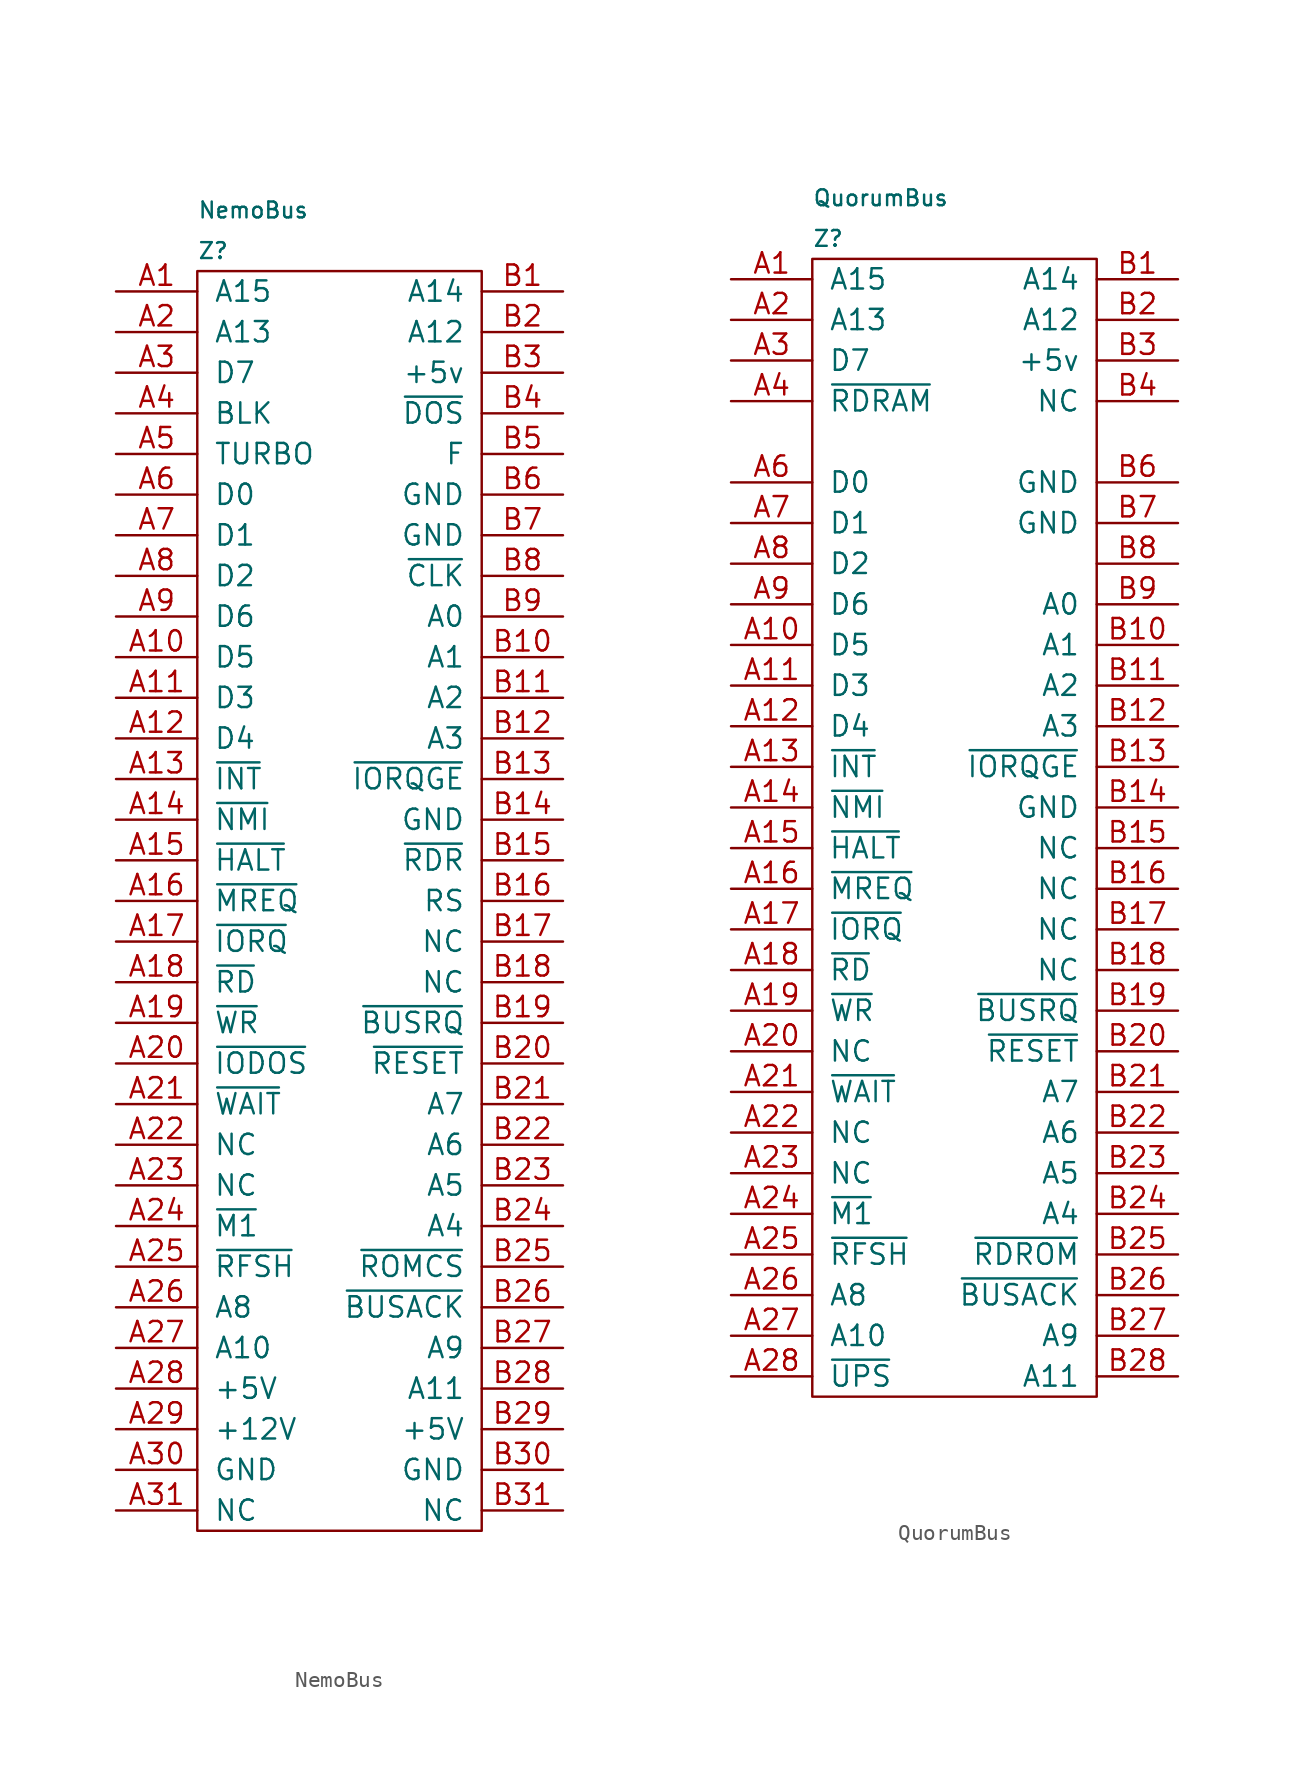
<source format=kicad_sym>
(kicad_symbol_lib
  (version 20211014)
  (generator kicad_symbol_editor)
  (symbol "NemoBus"
    (pin_names
      (offset 1.016))
    (property "Reference" "Z"
      (at 0 83.82 0)
      (effects (font (size 0.991 0.991)) (justify left)))
    (property "Value" "NemoBus"
      (at 0 86.36 0)
      (effects (font (size 0.991 0.991)) (justify left)))
    (symbol "NemoBus_0_1"
      (rectangle (start 0 82.55) (end 17.78 3.81) (stroke (width 0) (type default) (color 0 0 0 0)) (fill (type none))))
    (symbol "NemoBus_1_1"
      (pin input line (at -5.08 81.28 0) (length 5.08) (name "A15" (effects (font (size 1.27 1.27)))) (number "A1" (effects (font (size 1.27 1.27)))))
      (pin input line (at -5.08 58.42 0) (length 5.08) (name "D5" (effects (font (size 1.27 1.27)))) (number "A10" (effects (font (size 1.27 1.27)))))
      (pin input line (at -5.08 55.88 0) (length 5.08) (name "D3" (effects (font (size 1.27 1.27)))) (number "A11" (effects (font (size 1.27 1.27)))))
      (pin input line (at -5.08 53.34 0) (length 5.08) (name "D4" (effects (font (size 1.27 1.27)))) (number "A12" (effects (font (size 1.27 1.27)))))
      (pin input line (at -5.08 50.8 0) (length 5.08) (name "~{INT}" (effects (font (size 1.27 1.27)))) (number "A13" (effects (font (size 1.27 1.27)))))
      (pin input line (at -5.08 48.26 0) (length 5.08) (name "~{NMI}" (effects (font (size 1.27 1.27)))) (number "A14" (effects (font (size 1.27 1.27)))))
      (pin input line (at -5.08 45.72 0) (length 5.08) (name "~{HALT}" (effects (font (size 1.27 1.27)))) (number "A15" (effects (font (size 1.27 1.27)))))
      (pin input line (at -5.08 43.18 0) (length 5.08) (name "~{MREQ}" (effects (font (size 1.27 1.27)))) (number "A16" (effects (font (size 1.27 1.27)))))
      (pin input line (at -5.08 40.64 0) (length 5.08) (name "~{IORQ}" (effects (font (size 1.27 1.27)))) (number "A17" (effects (font (size 1.27 1.27)))))
      (pin input line (at -5.08 38.1 0) (length 5.08) (name "~{RD}" (effects (font (size 1.27 1.27)))) (number "A18" (effects (font (size 1.27 1.27)))))
      (pin input line (at -5.08 35.56 0) (length 5.08) (name "~{WR}" (effects (font (size 1.27 1.27)))) (number "A19" (effects (font (size 1.27 1.27)))))
      (pin input line (at -5.08 78.74 0) (length 5.08) (name "A13" (effects (font (size 1.27 1.27)))) (number "A2" (effects (font (size 1.27 1.27)))))
      (pin input line (at -5.08 33.02 0) (length 5.08) (name "~{IODOS}" (effects (font (size 1.27 1.27)))) (number "A20" (effects (font (size 1.27 1.27)))))
      (pin input line (at -5.08 30.48 0) (length 5.08) (name "~{WAIT}" (effects (font (size 1.27 1.27)))) (number "A21" (effects (font (size 1.27 1.27)))))
      (pin input line (at -5.08 27.94 0) (length 5.08) (name "NC" (effects (font (size 1.27 1.27)))) (number "A22" (effects (font (size 1.27 1.27)))))
      (pin input line (at -5.08 25.4 0) (length 5.08) (name "NC" (effects (font (size 1.27 1.27)))) (number "A23" (effects (font (size 1.27 1.27)))))
      (pin input line (at -5.08 22.86 0) (length 5.08) (name "~{M1}" (effects (font (size 1.27 1.27)))) (number "A24" (effects (font (size 1.27 1.27)))))
      (pin input line (at -5.08 20.32 0) (length 5.08) (name "~{RFSH}" (effects (font (size 1.27 1.27)))) (number "A25" (effects (font (size 1.27 1.27)))))
      (pin input line (at -5.08 17.78 0) (length 5.08) (name "A8" (effects (font (size 1.27 1.27)))) (number "A26" (effects (font (size 1.27 1.27)))))
      (pin input line (at -5.08 15.24 0) (length 5.08) (name "A10" (effects (font (size 1.27 1.27)))) (number "A27" (effects (font (size 1.27 1.27)))))
      (pin input line (at -5.08 12.7 0) (length 5.08) (name "+5V" (effects (font (size 1.27 1.27)))) (number "A28" (effects (font (size 1.27 1.27)))))
      (pin input line (at -5.08 10.16 0) (length 5.08) (name "+12V" (effects (font (size 1.27 1.27)))) (number "A29" (effects (font (size 1.27 1.27)))))
      (pin input line (at -5.08 76.2 0) (length 5.08) (name "D7" (effects (font (size 1.27 1.27)))) (number "A3" (effects (font (size 1.27 1.27)))))
      (pin input line (at -5.08 7.62 0) (length 5.08) (name "GND" (effects (font (size 1.27 1.27)))) (number "A30" (effects (font (size 1.27 1.27)))))
      (pin input line (at -5.08 5.08 0) (length 5.08) (name "NC" (effects (font (size 1.27 1.27)))) (number "A31" (effects (font (size 1.27 1.27)))))
      (pin input line (at -5.08 73.66 0) (length 5.08) (name "BLK" (effects (font (size 1.27 1.27)))) (number "A4" (effects (font (size 1.27 1.27)))))
      (pin input line (at -5.08 71.12 0) (length 5.08) (name "TURBO" (effects (font (size 1.27 1.27)))) (number "A5" (effects (font (size 1.27 1.27)))))
      (pin input line (at -5.08 68.58 0) (length 5.08) (name "D0" (effects (font (size 1.27 1.27)))) (number "A6" (effects (font (size 1.27 1.27)))))
      (pin input line (at -5.08 66.04 0) (length 5.08) (name "D1" (effects (font (size 1.27 1.27)))) (number "A7" (effects (font (size 1.27 1.27)))))
      (pin input line (at -5.08 63.5 0) (length 5.08) (name "D2" (effects (font (size 1.27 1.27)))) (number "A8" (effects (font (size 1.27 1.27)))))
      (pin input line (at -5.08 60.96 0) (length 5.08) (name "D6" (effects (font (size 1.27 1.27)))) (number "A9" (effects (font (size 1.27 1.27)))))
      (pin input line (at 22.86 81.28 180) (length 5.08) (name "A14" (effects (font (size 1.27 1.27)))) (number "B1" (effects (font (size 1.27 1.27)))))
      (pin input line (at 22.86 58.42 180) (length 5.08) (name "A1" (effects (font (size 1.27 1.27)))) (number "B10" (effects (font (size 1.27 1.27)))))
      (pin input line (at 22.86 55.88 180) (length 5.08) (name "A2" (effects (font (size 1.27 1.27)))) (number "B11" (effects (font (size 1.27 1.27)))))
      (pin input line (at 22.86 53.34 180) (length 5.08) (name "A3" (effects (font (size 1.27 1.27)))) (number "B12" (effects (font (size 1.27 1.27)))))
      (pin input line (at 22.86 50.8 180) (length 5.08) (name "~{IORQGE}" (effects (font (size 1.27 1.27)))) (number "B13" (effects (font (size 1.27 1.27)))))
      (pin input line (at 22.86 48.26 180) (length 5.08) (name "GND" (effects (font (size 1.27 1.27)))) (number "B14" (effects (font (size 1.27 1.27)))))
      (pin input line (at 22.86 45.72 180) (length 5.08) (name "~{RDR}" (effects (font (size 1.27 1.27)))) (number "B15" (effects (font (size 1.27 1.27)))))
      (pin input line (at 22.86 43.18 180) (length 5.08) (name "RS" (effects (font (size 1.27 1.27)))) (number "B16" (effects (font (size 1.27 1.27)))))
      (pin input line (at 22.86 40.64 180) (length 5.08) (name "NC" (effects (font (size 1.27 1.27)))) (number "B17" (effects (font (size 1.27 1.27)))))
      (pin input line (at 22.86 38.1 180) (length 5.08) (name "NC" (effects (font (size 1.27 1.27)))) (number "B18" (effects (font (size 1.27 1.27)))))
      (pin input line (at 22.86 35.56 180) (length 5.08) (name "~{BUSRQ}" (effects (font (size 1.27 1.27)))) (number "B19" (effects (font (size 1.27 1.27)))))
      (pin input line (at 22.86 78.74 180) (length 5.08) (name "A12" (effects (font (size 1.27 1.27)))) (number "B2" (effects (font (size 1.27 1.27)))))
      (pin input line (at 22.86 33.02 180) (length 5.08) (name "~{RESET}" (effects (font (size 1.27 1.27)))) (number "B20" (effects (font (size 1.27 1.27)))))
      (pin input line (at 22.86 30.48 180) (length 5.08) (name "A7" (effects (font (size 1.27 1.27)))) (number "B21" (effects (font (size 1.27 1.27)))))
      (pin input line (at 22.86 27.94 180) (length 5.08) (name "A6" (effects (font (size 1.27 1.27)))) (number "B22" (effects (font (size 1.27 1.27)))))
      (pin input line (at 22.86 25.4 180) (length 5.08) (name "A5" (effects (font (size 1.27 1.27)))) (number "B23" (effects (font (size 1.27 1.27)))))
      (pin input line (at 22.86 22.86 180) (length 5.08) (name "A4" (effects (font (size 1.27 1.27)))) (number "B24" (effects (font (size 1.27 1.27)))))
      (pin input line (at 22.86 20.32 180) (length 5.08) (name "~{ROMCS}" (effects (font (size 1.27 1.27)))) (number "B25" (effects (font (size 1.27 1.27)))))
      (pin input line (at 22.86 17.78 180) (length 5.08) (name "~{BUSACK}" (effects (font (size 1.27 1.27)))) (number "B26" (effects (font (size 1.27 1.27)))))
      (pin input line (at 22.86 15.24 180) (length 5.08) (name "A9" (effects (font (size 1.27 1.27)))) (number "B27" (effects (font (size 1.27 1.27)))))
      (pin input line (at 22.86 12.7 180) (length 5.08) (name "A11" (effects (font (size 1.27 1.27)))) (number "B28" (effects (font (size 1.27 1.27)))))
      (pin input line (at 22.86 10.16 180) (length 5.08) (name "+5V" (effects (font (size 1.27 1.27)))) (number "B29" (effects (font (size 1.27 1.27)))))
      (pin input line (at 22.86 76.2 180) (length 5.08) (name "+5v" (effects (font (size 1.27 1.27)))) (number "B3" (effects (font (size 1.27 1.27)))))
      (pin input line (at 22.86 7.62 180) (length 5.08) (name "GND" (effects (font (size 1.27 1.27)))) (number "B30" (effects (font (size 1.27 1.27)))))
      (pin input line (at 22.86 5.08 180) (length 5.08) (name "NC" (effects (font (size 1.27 1.27)))) (number "B31" (effects (font (size 1.27 1.27)))))
      (pin input line (at 22.86 73.66 180) (length 5.08) (name "~{DOS}" (effects (font (size 1.27 1.27)))) (number "B4" (effects (font (size 1.27 1.27)))))
      (pin input line (at 22.86 71.12 180) (length 5.08) (name "F" (effects (font (size 1.27 1.27)))) (number "B5" (effects (font (size 1.27 1.27)))))
      (pin input line (at 22.86 68.58 180) (length 5.08) (name "GND" (effects (font (size 1.27 1.27)))) (number "B6" (effects (font (size 1.27 1.27)))))
      (pin input line (at 22.86 66.04 180) (length 5.08) (name "GND" (effects (font (size 1.27 1.27)))) (number "B7" (effects (font (size 1.27 1.27)))))
      (pin input line (at 22.86 63.5 180) (length 5.08) (name "~{CLK}" (effects (font (size 1.27 1.27)))) (number "B8" (effects (font (size 1.27 1.27)))))
      (pin input line (at 22.86 60.96 180) (length 5.08) (name "A0" (effects (font (size 1.27 1.27)))) (number "B9" (effects (font (size 1.27 1.27)))))))
  (symbol "QuorumBus"
    (pin_names
      (offset 1.016))
    (property "Reference" "Z"
      (at 0 83.82 0)
      (effects (font (size 0.991 0.991)) (justify left)))
    (property "Value" "QuorumBus"
      (at 0 86.36 0)
      (effects (font (size 0.991 0.991)) (justify left)))
    (symbol "QuorumBus_0_0"
      (rectangle (start 0 82.55) (end 17.78 11.43) (stroke (width 0) (type default) (color 0 0 0 0)) (fill (type none))))
    (symbol "QuorumBus_1_1"
      (pin input line (at -5.08 81.28 0) (length 5.08) (name "A15" (effects (font (size 1.27 1.27)))) (number "A1" (effects (font (size 1.27 1.27)))))
      (pin input line (at -5.08 58.42 0) (length 5.08) (name "D5" (effects (font (size 1.27 1.27)))) (number "A10" (effects (font (size 1.27 1.27)))))
      (pin input line (at -5.08 55.88 0) (length 5.08) (name "D3" (effects (font (size 1.27 1.27)))) (number "A11" (effects (font (size 1.27 1.27)))))
      (pin input line (at -5.08 53.34 0) (length 5.08) (name "D4" (effects (font (size 1.27 1.27)))) (number "A12" (effects (font (size 1.27 1.27)))))
      (pin input line (at -5.08 50.8 0) (length 5.08) (name "~{INT}" (effects (font (size 1.27 1.27)))) (number "A13" (effects (font (size 1.27 1.27)))))
      (pin input line (at -5.08 48.26 0) (length 5.08) (name "~{NMI}" (effects (font (size 1.27 1.27)))) (number "A14" (effects (font (size 1.27 1.27)))))
      (pin input line (at -5.08 45.72 0) (length 5.08) (name "~{HALT}" (effects (font (size 1.27 1.27)))) (number "A15" (effects (font (size 1.27 1.27)))))
      (pin input line (at -5.08 43.18 0) (length 5.08) (name "~{MREQ}" (effects (font (size 1.27 1.27)))) (number "A16" (effects (font (size 1.27 1.27)))))
      (pin input line (at -5.08 40.64 0) (length 5.08) (name "~{IORQ}" (effects (font (size 1.27 1.27)))) (number "A17" (effects (font (size 1.27 1.27)))))
      (pin input line (at -5.08 38.1 0) (length 5.08) (name "~{RD}" (effects (font (size 1.27 1.27)))) (number "A18" (effects (font (size 1.27 1.27)))))
      (pin input line (at -5.08 35.56 0) (length 5.08) (name "~{WR}" (effects (font (size 1.27 1.27)))) (number "A19" (effects (font (size 1.27 1.27)))))
      (pin input line (at -5.08 78.74 0) (length 5.08) (name "A13" (effects (font (size 1.27 1.27)))) (number "A2" (effects (font (size 1.27 1.27)))))
      (pin input line (at -5.08 33.02 0) (length 5.08) (name "NC" (effects (font (size 1.27 1.27)))) (number "A20" (effects (font (size 1.27 1.27)))))
      (pin input line (at -5.08 30.48 0) (length 5.08) (name "~{WAIT}" (effects (font (size 1.27 1.27)))) (number "A21" (effects (font (size 1.27 1.27)))))
      (pin input line (at -5.08 27.94 0) (length 5.08) (name "NC" (effects (font (size 1.27 1.27)))) (number "A22" (effects (font (size 1.27 1.27)))))
      (pin input line (at -5.08 25.4 0) (length 5.08) (name "NC" (effects (font (size 1.27 1.27)))) (number "A23" (effects (font (size 1.27 1.27)))))
      (pin input line (at -5.08 22.86 0) (length 5.08) (name "~{M1}" (effects (font (size 1.27 1.27)))) (number "A24" (effects (font (size 1.27 1.27)))))
      (pin input line (at -5.08 20.32 0) (length 5.08) (name "~{RFSH}" (effects (font (size 1.27 1.27)))) (number "A25" (effects (font (size 1.27 1.27)))))
      (pin input line (at -5.08 17.78 0) (length 5.08) (name "A8" (effects (font (size 1.27 1.27)))) (number "A26" (effects (font (size 1.27 1.27)))))
      (pin input line (at -5.08 15.24 0) (length 5.08) (name "A10" (effects (font (size 1.27 1.27)))) (number "A27" (effects (font (size 1.27 1.27)))))
      (pin input line (at -5.08 12.7 0) (length 5.08) (name "~{UPS}" (effects (font (size 1.27 1.27)))) (number "A28" (effects (font (size 1.27 1.27)))))
      (pin input line (at -5.08 76.2 0) (length 5.08) (name "D7" (effects (font (size 1.27 1.27)))) (number "A3" (effects (font (size 1.27 1.27)))))
      (pin input line (at -5.08 73.66 0) (length 5.08) (name "~{RDRAM}" (effects (font (size 1.27 1.27)))) (number "A4" (effects (font (size 1.27 1.27)))))
      (pin input line (at -5.08 68.58 0) (length 5.08) (name "D0" (effects (font (size 1.27 1.27)))) (number "A6" (effects (font (size 1.27 1.27)))))
      (pin input line (at -5.08 66.04 0) (length 5.08) (name "D1" (effects (font (size 1.27 1.27)))) (number "A7" (effects (font (size 1.27 1.27)))))
      (pin input line (at -5.08 63.5 0) (length 5.08) (name "D2" (effects (font (size 1.27 1.27)))) (number "A8" (effects (font (size 1.27 1.27)))))
      (pin input line (at -5.08 60.96 0) (length 5.08) (name "D6" (effects (font (size 1.27 1.27)))) (number "A9" (effects (font (size 1.27 1.27)))))
      (pin input line (at 22.86 81.28 180) (length 5.08) (name "A14" (effects (font (size 1.27 1.27)))) (number "B1" (effects (font (size 1.27 1.27)))))
      (pin input line (at 22.86 58.42 180) (length 5.08) (name "A1" (effects (font (size 1.27 1.27)))) (number "B10" (effects (font (size 1.27 1.27)))))
      (pin input line (at 22.86 55.88 180) (length 5.08) (name "A2" (effects (font (size 1.27 1.27)))) (number "B11" (effects (font (size 1.27 1.27)))))
      (pin input line (at 22.86 53.34 180) (length 5.08) (name "A3" (effects (font (size 1.27 1.27)))) (number "B12" (effects (font (size 1.27 1.27)))))
      (pin input line (at 22.86 50.8 180) (length 5.08) (name "~{IORQGE}" (effects (font (size 1.27 1.27)))) (number "B13" (effects (font (size 1.27 1.27)))))
      (pin input line (at 22.86 48.26 180) (length 5.08) (name "GND" (effects (font (size 1.27 1.27)))) (number "B14" (effects (font (size 1.27 1.27)))))
      (pin input line (at 22.86 45.72 180) (length 5.08) (name "NC" (effects (font (size 1.27 1.27)))) (number "B15" (effects (font (size 1.27 1.27)))))
      (pin input line (at 22.86 43.18 180) (length 5.08) (name "NC" (effects (font (size 1.27 1.27)))) (number "B16" (effects (font (size 1.27 1.27)))))
      (pin input line (at 22.86 40.64 180) (length 5.08) (name "NC" (effects (font (size 1.27 1.27)))) (number "B17" (effects (font (size 1.27 1.27)))))
      (pin input line (at 22.86 38.1 180) (length 5.08) (name "NC" (effects (font (size 1.27 1.27)))) (number "B18" (effects (font (size 1.27 1.27)))))
      (pin input line (at 22.86 35.56 180) (length 5.08) (name "~{BUSRQ}" (effects (font (size 1.27 1.27)))) (number "B19" (effects (font (size 1.27 1.27)))))
      (pin input line (at 22.86 78.74 180) (length 5.08) (name "A12" (effects (font (size 1.27 1.27)))) (number "B2" (effects (font (size 1.27 1.27)))))
      (pin input line (at 22.86 33.02 180) (length 5.08) (name "~{RESET}" (effects (font (size 1.27 1.27)))) (number "B20" (effects (font (size 1.27 1.27)))))
      (pin input line (at 22.86 30.48 180) (length 5.08) (name "A7" (effects (font (size 1.27 1.27)))) (number "B21" (effects (font (size 1.27 1.27)))))
      (pin input line (at 22.86 27.94 180) (length 5.08) (name "A6" (effects (font (size 1.27 1.27)))) (number "B22" (effects (font (size 1.27 1.27)))))
      (pin input line (at 22.86 25.4 180) (length 5.08) (name "A5" (effects (font (size 1.27 1.27)))) (number "B23" (effects (font (size 1.27 1.27)))))
      (pin input line (at 22.86 22.86 180) (length 5.08) (name "A4" (effects (font (size 1.27 1.27)))) (number "B24" (effects (font (size 1.27 1.27)))))
      (pin input line (at 22.86 20.32 180) (length 5.08) (name "~{RDROM}" (effects (font (size 1.27 1.27)))) (number "B25" (effects (font (size 1.27 1.27)))))
      (pin input line (at 22.86 17.78 180) (length 5.08) (name "~{BUSACK}" (effects (font (size 1.27 1.27)))) (number "B26" (effects (font (size 1.27 1.27)))))
      (pin input line (at 22.86 15.24 180) (length 5.08) (name "A9" (effects (font (size 1.27 1.27)))) (number "B27" (effects (font (size 1.27 1.27)))))
      (pin input line (at 22.86 12.7 180) (length 5.08) (name "A11" (effects (font (size 1.27 1.27)))) (number "B28" (effects (font (size 1.27 1.27)))))
      (pin input line (at 22.86 76.2 180) (length 5.08) (name "+5v" (effects (font (size 1.27 1.27)))) (number "B3" (effects (font (size 1.27 1.27)))))
      (pin input line (at 22.86 73.66 180) (length 5.08) (name "NC" (effects (font (size 1.27 1.27)))) (number "B4" (effects (font (size 1.27 1.27)))))
      (pin input line (at 22.86 68.58 180) (length 5.08) (name "GND" (effects (font (size 1.27 1.27)))) (number "B6" (effects (font (size 1.27 1.27)))))
      (pin input line (at 22.86 66.04 180) (length 5.08) (name "GND" (effects (font (size 1.27 1.27)))) (number "B7" (effects (font (size 1.27 1.27)))))
      (pin input line (at 22.86 63.5 180) (length 5.08) (name "~" (effects (font (size 1.27 1.27)))) (number "B8" (effects (font (size 1.27 1.27)))))
      (pin input line (at 22.86 60.96 180) (length 5.08) (name "A0" (effects (font (size 1.27 1.27)))) (number "B9" (effects (font (size 1.27 1.27))))))))
</source>
